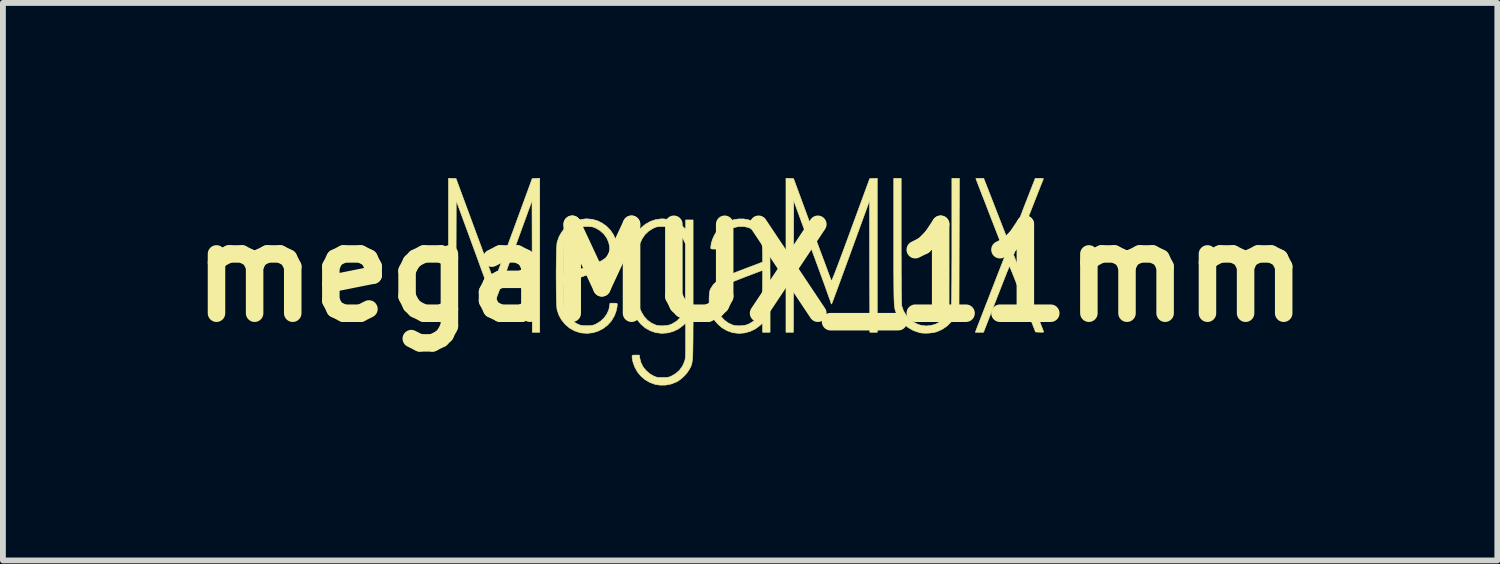
<source format=kicad_pcb>
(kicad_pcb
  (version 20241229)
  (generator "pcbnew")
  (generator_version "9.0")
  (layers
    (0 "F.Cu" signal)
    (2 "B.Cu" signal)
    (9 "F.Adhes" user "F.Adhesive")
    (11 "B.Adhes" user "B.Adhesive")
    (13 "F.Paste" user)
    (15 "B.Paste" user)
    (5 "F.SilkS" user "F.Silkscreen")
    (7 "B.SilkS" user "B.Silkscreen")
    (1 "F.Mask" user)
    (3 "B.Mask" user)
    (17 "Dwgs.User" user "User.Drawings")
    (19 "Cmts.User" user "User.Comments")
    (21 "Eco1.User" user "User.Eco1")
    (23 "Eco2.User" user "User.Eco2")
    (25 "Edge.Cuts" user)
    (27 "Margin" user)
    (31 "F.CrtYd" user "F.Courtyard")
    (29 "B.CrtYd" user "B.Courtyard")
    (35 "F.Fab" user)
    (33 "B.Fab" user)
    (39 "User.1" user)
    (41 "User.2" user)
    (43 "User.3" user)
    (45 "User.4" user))
  (footprint "megaMUX_11mm"
    (layer "F.Cu")
    (at 9.804 1.628)
    (property "Reference" "megaMUX_11mm" (at 0 0 0) (layer "F.SilkS") (effects (font (size 1.524 1.524) (thickness 0.3))))
    (attr through_hole)
    (fp_poly (pts (xy 2.179 1.016) (xy 2.052 1.016) (xy 2.049 -0.113) (xy 2.047 -1.241) (xy 1.726 -0.359) (xy 1.68 -0.234) (xy 1.636 -0.113) (xy 1.594 0.001) (xy 1.555 0.107) (xy 1.519 0.205) (xy 1.487 0.292) (xy 1.459 0.367) (xy 1.436 0.43) (xy 1.418 0.479) (xy 1.405 0.512) (xy 1.398 0.529) (xy 1.398 0.53) (xy 1.391 0.53) (xy 1.39 0.525) (xy 1.387 0.515) (xy 1.378 0.487) (xy 1.362 0.443) (xy 1.341 0.385) (xy 1.316 0.314) (xy 1.286 0.23) (xy 1.252 0.136) (xy 1.214 0.033) (xy 1.174 -0.078) (xy 1.13 -0.197) (xy 1.085 -0.32) (xy 1.069 -0.364) (xy 0.747 -1.242) (xy 0.742 1.016) (xy 0.615 1.016) (xy 0.615 -1.623) (xy 0.745 -1.617) (xy 1.065 -0.747) (xy 1.111 -0.622) (xy 1.155 -0.503) (xy 1.197 -0.389) (xy 1.237 -0.283) (xy 1.273 -0.187) (xy 1.305 -0.1) (xy 1.333 -0.025) (xy 1.356 0.037) (xy 1.374 0.085) (xy 1.387 0.118) (xy 1.393 0.134) (xy 1.394 0.136) (xy 1.399 0.129) (xy 1.41 0.104) (xy 1.428 0.061) (xy 1.453 -0.001) (xy 1.484 -0.081) (xy 1.521 -0.18) (xy 1.565 -0.297) (xy 1.615 -0.432) (xy 1.672 -0.586) (xy 1.726 -0.734) (xy 2.05 -1.617) (xy 2.179 -1.623) (xy 2.179 1.016)) (stroke (width 0.01) (type solid)) (fill yes) (layer "F.SilkS"))
    (fp_poly (pts (xy -3.605 1.016) (xy -3.732 1.016) (xy -3.734 -0.113) (xy -3.737 -1.241) (xy -4.058 -0.359) (xy -4.104 -0.234) (xy -4.148 -0.113) (xy -4.189 0.001) (xy -4.228 0.107) (xy -4.264 0.205) (xy -4.296 0.292) (xy -4.324 0.367) (xy -4.347 0.43) (xy -4.366 0.479) (xy -4.378 0.512) (xy -4.385 0.529) (xy -4.386 0.53) (xy -4.392 0.53) (xy -4.393 0.525) (xy -4.396 0.515) (xy -4.406 0.487) (xy -4.421 0.443) (xy -4.442 0.385) (xy -4.468 0.314) (xy -4.498 0.23) (xy -4.532 0.136) (xy -4.569 0.033) (xy -4.61 -0.078) (xy -4.653 -0.197) (xy -4.698 -0.32) (xy -4.714 -0.364) (xy -5.036 -1.242) (xy -5.039 -0.113) (xy -5.041 1.016) (xy -5.168 1.016) (xy -5.168 -1.623) (xy -5.103 -1.62) (xy -5.039 -1.617) (xy -4.718 -0.747) (xy -4.672 -0.622) (xy -4.628 -0.503) (xy -4.586 -0.389) (xy -4.547 -0.283) (xy -4.511 -0.187) (xy -4.479 -0.1) (xy -4.45 -0.025) (xy -4.427 0.037) (xy -4.409 0.085) (xy -4.396 0.118) (xy -4.39 0.134) (xy -4.389 0.136) (xy -4.384 0.129) (xy -4.373 0.104) (xy -4.355 0.061) (xy -4.331 -0.001) (xy -4.3 -0.081) (xy -4.263 -0.18) (xy -4.219 -0.297) (xy -4.168 -0.432) (xy -4.112 -0.586) (xy -4.057 -0.734) (xy -3.734 -1.617) (xy -3.669 -1.62) (xy -3.605 -1.623) (xy -3.605 1.016)) (stroke (width 0.01) (type solid)) (fill yes) (layer "F.SilkS"))
    (fp_poly (pts (xy 2.589 -0.55) (xy 2.589 -0.365) (xy 2.59 -0.195) (xy 2.59 -0.041) (xy 2.591 0.096) (xy 2.591 0.217) (xy 2.592 0.32) (xy 2.594 0.406) (xy 2.595 0.475) (xy 2.596 0.524) (xy 2.598 0.555) (xy 2.599 0.565) (xy 2.627 0.646) (xy 2.672 0.721) (xy 2.73 0.787) (xy 2.8 0.841) (xy 2.877 0.881) (xy 2.932 0.898) (xy 3.017 0.908) (xy 3.1 0.9) (xy 3.181 0.876) (xy 3.255 0.837) (xy 3.322 0.784) (xy 3.378 0.72) (xy 3.421 0.645) (xy 3.448 0.565) (xy 3.45 0.548) (xy 3.451 0.512) (xy 3.453 0.456) (xy 3.454 0.383) (xy 3.455 0.292) (xy 3.456 0.183) (xy 3.457 0.057) (xy 3.457 -0.085) (xy 3.458 -0.243) (xy 3.458 -0.417) (xy 3.458 -0.55) (xy 3.458 -1.622) (xy 3.586 -1.622) (xy 3.583 -0.52) (xy 3.58 0.581) (xy 3.554 0.653) (xy 3.509 0.749) (xy 3.449 0.835) (xy 3.377 0.907) (xy 3.292 0.965) (xy 3.202 1.006) (xy 3.145 1.02) (xy 3.078 1.029) (xy 3.009 1.032) (xy 2.944 1.029) (xy 2.901 1.021) (xy 2.798 0.986) (xy 2.707 0.934) (xy 2.628 0.868) (xy 2.562 0.787) (xy 2.521 0.717) (xy 2.512 0.699) (xy 2.504 0.683) (xy 2.497 0.667) (xy 2.491 0.65) (xy 2.485 0.632) (xy 2.481 0.61) (xy 2.477 0.584) (xy 2.473 0.552) (xy 2.47 0.514) (xy 2.468 0.468) (xy 2.466 0.414) (xy 2.465 0.349) (xy 2.464 0.274) (xy 2.463 0.186) (xy 2.463 0.084) (xy 2.462 -0.032) (xy 2.462 -0.163) (xy 2.462 -0.311) (xy 2.462 -0.478) (xy 2.462 -0.545) (xy 2.462 -1.622) (xy 2.589 -1.622) (xy 2.589 -0.55)) (stroke (width 0.01) (type solid)) (fill yes) (layer "F.SilkS"))
    (fp_poly (pts (xy 4.056 -1.487) (xy 4.071 -1.45) (xy 4.091 -1.397) (xy 4.117 -1.33) (xy 4.147 -1.254) (xy 4.18 -1.17) (xy 4.214 -1.08) (xy 4.25 -0.988) (xy 4.274 -0.926) (xy 4.308 -0.84) (xy 4.339 -0.759) (xy 4.368 -0.686) (xy 4.393 -0.623) (xy 4.414 -0.571) (xy 4.43 -0.531) (xy 4.441 -0.507) (xy 4.445 -0.499) (xy 4.449 -0.508) (xy 4.46 -0.533) (xy 4.476 -0.573) (xy 4.498 -0.626) (xy 4.523 -0.689) (xy 4.552 -0.763) (xy 4.584 -0.843) (xy 4.616 -0.926) (xy 4.652 -1.018) (xy 4.687 -1.11) (xy 4.721 -1.198) (xy 4.753 -1.28) (xy 4.782 -1.353) (xy 4.806 -1.416) (xy 4.825 -1.464) (xy 4.834 -1.487) (xy 4.887 -1.622) (xy 4.959 -1.622) (xy 4.998 -1.621) (xy 5.02 -1.618) (xy 5.026 -1.612) (xy 5.025 -1.61) (xy 5.021 -1.6) (xy 5.01 -1.572) (xy 4.992 -1.529) (xy 4.97 -1.473) (xy 4.943 -1.404) (xy 4.912 -1.325) (xy 4.877 -1.236) (xy 4.839 -1.139) (xy 4.799 -1.036) (xy 4.767 -0.955) (xy 4.515 -0.311) (xy 4.773 0.348) (xy 4.815 0.455) (xy 4.855 0.558) (xy 4.893 0.654) (xy 4.927 0.741) (xy 4.957 0.819) (xy 4.983 0.885) (xy 5.004 0.939) (xy 5.019 0.979) (xy 5.028 1.004) (xy 5.031 1.011) (xy 5.022 1.014) (xy 4.999 1.015) (xy 4.965 1.014) (xy 4.962 1.014) (xy 4.892 1.011) (xy 4.671 0.447) (xy 4.632 0.347) (xy 4.595 0.254) (xy 4.561 0.167) (xy 4.53 0.089) (xy 4.503 0.021) (xy 4.48 -0.035) (xy 4.462 -0.078) (xy 4.451 -0.106) (xy 4.445 -0.117) (xy 4.445 -0.117) (xy 4.441 -0.108) (xy 4.43 -0.083) (xy 4.413 -0.042) (xy 4.391 0.012) (xy 4.365 0.078) (xy 4.335 0.155) (xy 4.301 0.241) (xy 4.265 0.334) (xy 4.226 0.433) (xy 4.22 0.449) (xy 4 1.016) (xy 3.93 1.016) (xy 3.86 1.016) (xy 3.883 0.955) (xy 3.89 0.935) (xy 3.904 0.899) (xy 3.924 0.848) (xy 3.949 0.784) (xy 3.978 0.709) (xy 4.011 0.624) (xy 4.047 0.531) (xy 4.086 0.432) (xy 4.126 0.328) (xy 4.14 0.292) (xy 4.375 -0.311) (xy 4.122 -0.963) (xy 4.08 -1.071) (xy 4.041 -1.173) (xy 4.004 -1.268) (xy 3.97 -1.354) (xy 3.941 -1.431) (xy 3.915 -1.497) (xy 3.895 -1.55) (xy 3.88 -1.589) (xy 3.871 -1.612) (xy 3.869 -1.619) (xy 3.878 -1.62) (xy 3.901 -1.621) (xy 3.934 -1.622) (xy 3.936 -1.622) (xy 4.003 -1.622) (xy 4.056 -1.487)) (stroke (width 0.01) (type solid)) (fill yes) (layer "F.SilkS"))
    (fp_poly (pts (xy -0.11 -0.926) (xy -0.024 -0.91) (xy 0.058 -0.879) (xy 0.134 -0.833) (xy 0.202 -0.773) (xy 0.258 -0.698) (xy 0.276 -0.667) (xy 0.288 -0.645) (xy 0.298 -0.624) (xy 0.307 -0.604) (xy 0.314 -0.583) (xy 0.321 -0.559) (xy 0.326 -0.531) (xy 0.33 -0.497) (xy 0.334 -0.457) (xy 0.336 -0.409) (xy 0.338 -0.351) (xy 0.34 -0.282) (xy 0.341 -0.2) (xy 0.341 -0.104) (xy 0.342 0.007) (xy 0.342 0.134) (xy 0.342 0.276) (xy 0.342 1.016) (xy 0.215 1.016) (xy 0.215 0.858) (xy 0.167 0.901) (xy 0.088 0.959) (xy 0.000133 1.001) (xy -0.094 1.027) (xy -0.191 1.035) (xy -0.288 1.024) (xy -0.305 1.02) (xy -0.396 0.988) (xy -0.481 0.938) (xy -0.548 0.88) (xy -0.605 0.815) (xy -0.648 0.747) (xy -0.678 0.672) (xy -0.695 0.588) (xy -0.702 0.492) (xy -0.702 0.462) (xy -0.576 0.462) (xy -0.574 0.512) (xy -0.571 0.562) (xy -0.567 0.599) (xy -0.559 0.631) (xy -0.546 0.663) (xy -0.54 0.677) (xy -0.496 0.748) (xy -0.439 0.81) (xy -0.371 0.859) (xy -0.297 0.892) (xy -0.276 0.899) (xy -0.248 0.903) (xy -0.209 0.905) (xy -0.166 0.905) (xy -0.159 0.904) (xy -0.109 0.901) (xy -0.069 0.892) (xy -0.03 0.878) (xy -0.015 0.871) (xy 0.057 0.827) (xy 0.12 0.767) (xy 0.169 0.696) (xy 0.179 0.676) (xy 0.21 0.611) (xy 0.213 0.282) (xy 0.216 -0.047) (xy 0.125 -0.013) (xy 0.017 0.028) (xy -0.084 0.066) (xy -0.176 0.102) (xy -0.257 0.134) (xy -0.325 0.161) (xy -0.379 0.184) (xy -0.418 0.201) (xy -0.432 0.208) (xy -0.47 0.231) (xy -0.507 0.26) (xy -0.527 0.279) (xy -0.548 0.305) (xy -0.562 0.332) (xy -0.571 0.365) (xy -0.576 0.407) (xy -0.576 0.462) (xy -0.702 0.462) (xy -0.702 0.44) (xy -0.7 0.387) (xy -0.697 0.348) (xy -0.693 0.319) (xy -0.686 0.295) (xy -0.676 0.271) (xy -0.672 0.263) (xy -0.629 0.198) (xy -0.57 0.141) (xy -0.495 0.093) (xy -0.466 0.078) (xy -0.434 0.064) (xy -0.387 0.044) (xy -0.329 0.021) (xy -0.264 -0.004) (xy -0.197 -0.031) (xy -0.161 -0.044) (xy -0.094 -0.07) (xy -0.028 -0.095) (xy 0.033 -0.118) (xy 0.085 -0.137) (xy 0.124 -0.152) (xy 0.139 -0.158) (xy 0.215 -0.187) (xy 0.215 -0.326) (xy 0.213 -0.409) (xy 0.207 -0.477) (xy 0.197 -0.533) (xy 0.181 -0.581) (xy 0.16 -0.624) (xy 0.11 -0.691) (xy 0.048 -0.743) (xy -0.023 -0.778) (xy -0.104 -0.797) (xy -0.12 -0.798) (xy -0.205 -0.795) (xy -0.285 -0.775) (xy -0.358 -0.739) (xy -0.423 -0.688) (xy -0.476 -0.626) (xy -0.515 -0.552) (xy -0.539 -0.471) (xy -0.542 -0.457) (xy -0.548 -0.41) (xy -0.611 -0.41) (xy -0.645 -0.411) (xy -0.664 -0.413) (xy -0.672 -0.419) (xy -0.674 -0.431) (xy -0.674 -0.437) (xy -0.666 -0.505) (xy -0.643 -0.579) (xy -0.609 -0.653) (xy -0.565 -0.722) (xy -0.526 -0.768) (xy -0.452 -0.832) (xy -0.371 -0.88) (xy -0.286 -0.911) (xy -0.198 -0.926) (xy -0.11 -0.926)) (stroke (width 0.01) (type solid)) (fill yes) (layer "F.SilkS"))
    (fp_poly (pts (xy -2.703 -0.919) (xy -2.613 -0.893) (xy -2.53 -0.851) (xy -2.456 -0.797) (xy -2.392 -0.731) (xy -2.341 -0.655) (xy -2.304 -0.571) (xy -2.282 -0.481) (xy -2.278 -0.387) (xy -2.279 -0.386) (xy -2.291 -0.308) (xy -2.319 -0.241) (xy -2.359 -0.188) (xy -2.376 -0.169) (xy -2.395 -0.152) (xy -2.416 -0.135) (xy -2.442 -0.119) (xy -2.473 -0.101) (xy -2.512 -0.082) (xy -2.56 -0.061) (xy -2.618 -0.037) (xy -2.689 -0.008) (xy -2.773 0.024) (xy -2.872 0.062) (xy -2.982 0.103) (xy -3.039 0.125) (xy -3.091 0.144) (xy -3.135 0.159) (xy -3.166 0.17) (xy -3.183 0.176) (xy -3.185 0.176) (xy -3.189 0.182) (xy -3.192 0.201) (xy -3.193 0.236) (xy -3.194 0.286) (xy -3.193 0.353) (xy -3.193 0.393) (xy -3.19 0.611) (xy -3.158 0.676) (xy -3.112 0.751) (xy -3.052 0.815) (xy -2.979 0.864) (xy -2.962 0.872) (xy -2.93 0.887) (xy -2.903 0.896) (xy -2.875 0.901) (xy -2.839 0.903) (xy -2.799 0.904) (xy -2.752 0.903) (xy -2.718 0.901) (xy -2.691 0.895) (xy -2.663 0.885) (xy -2.635 0.872) (xy -2.565 0.829) (xy -2.504 0.773) (xy -2.456 0.707) (xy -2.422 0.634) (xy -2.408 0.57) (xy -2.401 0.518) (xy -2.339 0.518) (xy -2.305 0.518) (xy -2.286 0.521) (xy -2.278 0.527) (xy -2.276 0.539) (xy -2.276 0.541) (xy -2.282 0.594) (xy -2.297 0.656) (xy -2.32 0.719) (xy -2.33 0.741) (xy -2.379 0.823) (xy -2.443 0.894) (xy -2.518 0.951) (xy -2.602 0.995) (xy -2.692 1.023) (xy -2.787 1.034) (xy -2.884 1.028) (xy -2.924 1.02) (xy -3.014 0.989) (xy -3.097 0.941) (xy -3.17 0.878) (xy -3.231 0.804) (xy -3.277 0.72) (xy -3.307 0.633) (xy -3.31 0.607) (xy -3.314 0.564) (xy -3.316 0.506) (xy -3.319 0.436) (xy -3.32 0.356) (xy -3.322 0.268) (xy -3.322 0.175) (xy -3.323 0.079) (xy -3.323 -0.018) (xy -3.322 -0.088) (xy -3.194 -0.088) (xy -3.194 -0.041) (xy -3.193 -0.007) (xy -3.192 0.016) (xy -3.19 0.029) (xy -3.186 0.036) (xy -3.182 0.037) (xy -3.178 0.036) (xy -3.165 0.032) (xy -3.136 0.021) (xy -3.093 0.005) (xy -3.039 -0.015) (xy -2.976 -0.039) (xy -2.907 -0.065) (xy -2.873 -0.078) (xy -2.8 -0.105) (xy -2.731 -0.132) (xy -2.668 -0.157) (xy -2.616 -0.178) (xy -2.575 -0.196) (xy -2.548 -0.208) (xy -2.542 -0.211) (xy -2.483 -0.251) (xy -2.441 -0.294) (xy -2.416 -0.341) (xy -2.405 -0.395) (xy -2.406 -0.446) (xy -2.424 -0.528) (xy -2.458 -0.603) (xy -2.508 -0.671) (xy -2.572 -0.727) (xy -2.635 -0.765) (xy -2.668 -0.78) (xy -2.695 -0.789) (xy -2.723 -0.794) (xy -2.759 -0.796) (xy -2.799 -0.796) (xy -2.846 -0.796) (xy -2.88 -0.793) (xy -2.907 -0.788) (xy -2.935 -0.778) (xy -2.962 -0.765) (xy -3.037 -0.719) (xy -3.101 -0.658) (xy -3.15 -0.585) (xy -3.158 -0.569) (xy -3.19 -0.503) (xy -3.193 -0.231) (xy -3.194 -0.151) (xy -3.194 -0.088) (xy -3.322 -0.088) (xy -3.322 -0.113) (xy -3.321 -0.204) (xy -3.319 -0.289) (xy -3.317 -0.364) (xy -3.315 -0.429) (xy -3.312 -0.479) (xy -3.309 -0.514) (xy -3.307 -0.525) (xy -3.275 -0.618) (xy -3.228 -0.701) (xy -3.167 -0.774) (xy -3.093 -0.835) (xy -3.011 -0.882) (xy -2.92 -0.913) (xy -2.824 -0.927) (xy -2.799 -0.928) (xy -2.703 -0.919)) (stroke (width 0.01) (type solid)) (fill yes) (layer "F.SilkS"))
    (fp_poly (pts (xy -1.409 -0.919) (xy -1.32 -0.895) (xy -1.236 -0.856) (xy -1.164 -0.805) (xy -1.152 -0.794) (xy -1.104 -0.75) (xy -1.104 -0.909) (xy -0.977 -0.909) (xy -0.977 0.276) (xy -0.977 0.458) (xy -0.977 0.621) (xy -0.977 0.766) (xy -0.977 0.896) (xy -0.978 1.01) (xy -0.978 1.11) (xy -0.979 1.198) (xy -0.98 1.273) (xy -0.981 1.337) (xy -0.983 1.391) (xy -0.986 1.437) (xy -0.988 1.475) (xy -0.992 1.507) (xy -0.995 1.533) (xy -1 1.555) (xy -1.005 1.574) (xy -1.011 1.59) (xy -1.017 1.605) (xy -1.025 1.62) (xy -1.033 1.636) (xy -1.037 1.644) (xy -1.072 1.699) (xy -1.12 1.756) (xy -1.175 1.808) (xy -1.232 1.85) (xy -1.258 1.865) (xy -1.351 1.902) (xy -1.449 1.921) (xy -1.549 1.921) (xy -1.625 1.909) (xy -1.715 1.877) (xy -1.798 1.829) (xy -1.871 1.767) (xy -1.932 1.693) (xy -1.978 1.608) (xy -2.008 1.522) (xy -2.015 1.485) (xy -2.021 1.452) (xy -2.022 1.434) (xy -2.021 1.419) (xy -2.016 1.411) (xy -2.001 1.408) (xy -1.972 1.407) (xy -1.96 1.407) (xy -1.898 1.407) (xy -1.891 1.458) (xy -1.871 1.535) (xy -1.835 1.607) (xy -1.783 1.672) (xy -1.72 1.727) (xy -1.666 1.759) (xy -1.633 1.775) (xy -1.606 1.784) (xy -1.58 1.79) (xy -1.547 1.792) (xy -1.501 1.792) (xy -1.5 1.792) (xy -1.449 1.792) (xy -1.413 1.788) (xy -1.384 1.782) (xy -1.356 1.771) (xy -1.355 1.771) (xy -1.274 1.724) (xy -1.208 1.665) (xy -1.157 1.594) (xy -1.123 1.515) (xy -1.117 1.496) (xy -1.113 1.476) (xy -1.11 1.452) (xy -1.107 1.423) (xy -1.106 1.385) (xy -1.105 1.336) (xy -1.104 1.273) (xy -1.104 1.195) (xy -1.104 1.156) (xy -1.104 0.858) (xy -1.152 0.901) (xy -1.231 0.96) (xy -1.32 1.002) (xy -1.414 1.027) (xy -1.511 1.034) (xy -1.609 1.023) (xy -1.619 1.021) (xy -1.711 0.989) (xy -1.795 0.942) (xy -1.869 0.879) (xy -1.93 0.805) (xy -1.978 0.721) (xy -2.008 0.633) (xy -2.011 0.607) (xy -2.014 0.564) (xy -2.017 0.506) (xy -2.019 0.435) (xy -2.021 0.355) (xy -2.022 0.267) (xy -2.023 0.174) (xy -2.023 0.077) (xy -2.023 -0.02) (xy -2.023 -0.115) (xy -2.022 -0.206) (xy -2.02 -0.29) (xy -2.018 -0.366) (xy -2.016 -0.43) (xy -2.013 -0.481) (xy -2.01 -0.503) (xy -1.89 -0.503) (xy -1.89 0.611) (xy -1.859 0.676) (xy -1.815 0.748) (xy -1.758 0.81) (xy -1.69 0.859) (xy -1.615 0.893) (xy -1.595 0.899) (xy -1.567 0.903) (xy -1.528 0.905) (xy -1.485 0.905) (xy -1.478 0.904) (xy -1.428 0.901) (xy -1.388 0.892) (xy -1.349 0.878) (xy -1.334 0.871) (xy -1.261 0.827) (xy -1.199 0.767) (xy -1.15 0.696) (xy -1.14 0.676) (xy -1.109 0.611) (xy -1.109 -0.503) (xy -1.14 -0.569) (xy -1.186 -0.644) (xy -1.247 -0.707) (xy -1.32 -0.757) (xy -1.336 -0.765) (xy -1.369 -0.78) (xy -1.396 -0.789) (xy -1.424 -0.794) (xy -1.459 -0.796) (xy -1.5 -0.796) (xy -1.547 -0.796) (xy -1.58 -0.793) (xy -1.608 -0.788) (xy -1.635 -0.778) (xy -1.663 -0.765) (xy -1.738 -0.719) (xy -1.802 -0.658) (xy -1.851 -0.585) (xy -1.859 -0.569) (xy -1.89 -0.503) (xy -2.01 -0.503) (xy -2.009 -0.516) (xy -2.007 -0.527) (xy -1.976 -0.618) (xy -1.929 -0.701) (xy -1.867 -0.774) (xy -1.794 -0.835) (xy -1.711 -0.882) (xy -1.621 -0.913) (xy -1.525 -0.927) (xy -1.5 -0.928) (xy -1.409 -0.919)) (stroke (width 0.01) (type solid)) (fill yes) (layer "F.SilkS")))
  (gr_rect
    (start -3 -3)
    (end 22.609 6.554)
    (stroke (width 0.1) (type default))
    (fill no)
    (layer "Edge.Cuts")))
</source>
